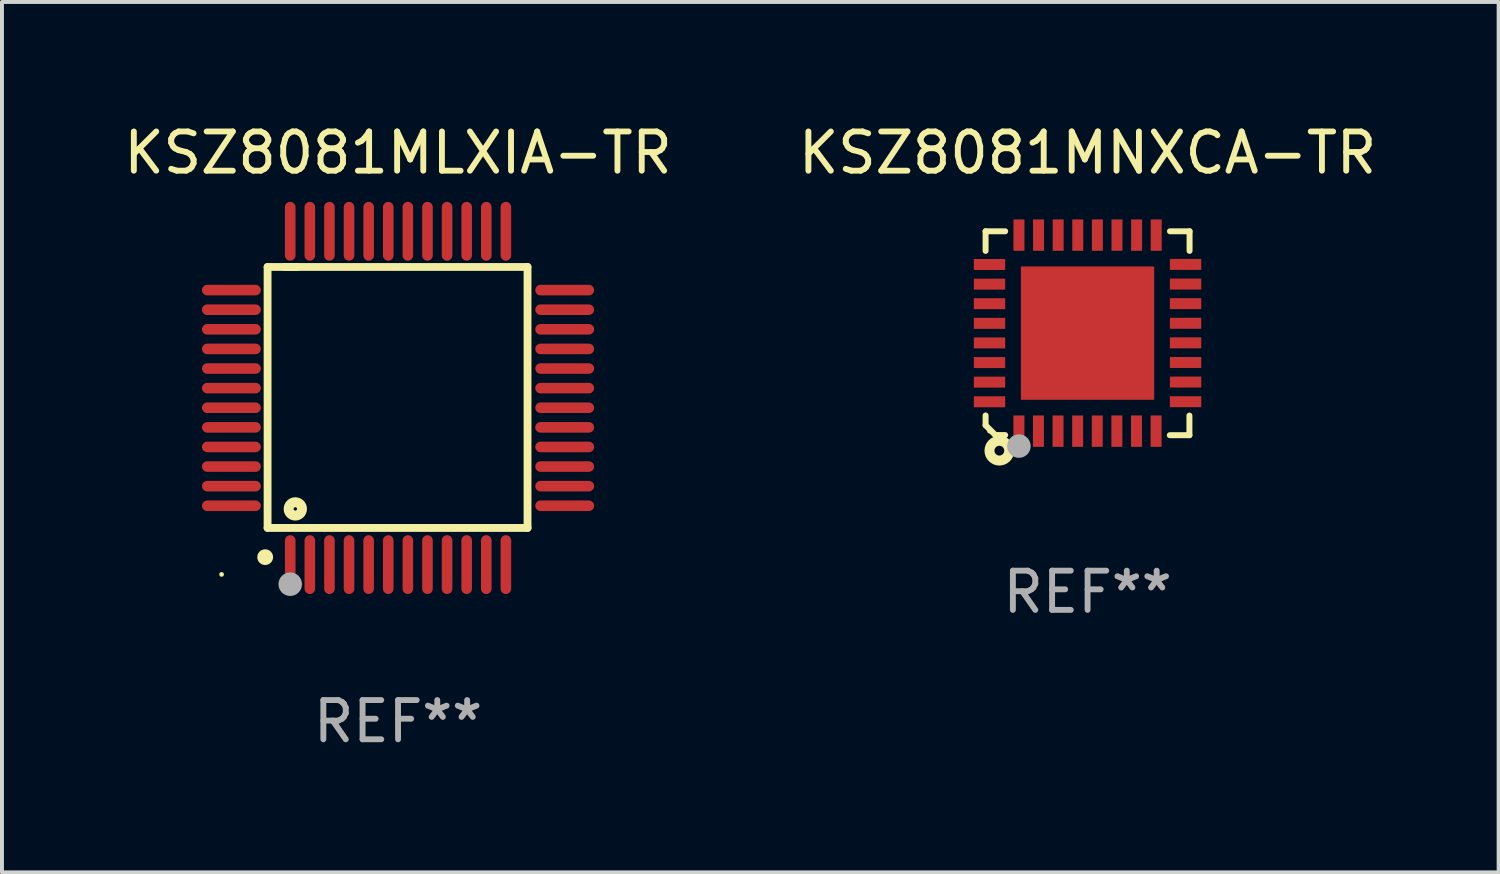
<source format=kicad_pcb>
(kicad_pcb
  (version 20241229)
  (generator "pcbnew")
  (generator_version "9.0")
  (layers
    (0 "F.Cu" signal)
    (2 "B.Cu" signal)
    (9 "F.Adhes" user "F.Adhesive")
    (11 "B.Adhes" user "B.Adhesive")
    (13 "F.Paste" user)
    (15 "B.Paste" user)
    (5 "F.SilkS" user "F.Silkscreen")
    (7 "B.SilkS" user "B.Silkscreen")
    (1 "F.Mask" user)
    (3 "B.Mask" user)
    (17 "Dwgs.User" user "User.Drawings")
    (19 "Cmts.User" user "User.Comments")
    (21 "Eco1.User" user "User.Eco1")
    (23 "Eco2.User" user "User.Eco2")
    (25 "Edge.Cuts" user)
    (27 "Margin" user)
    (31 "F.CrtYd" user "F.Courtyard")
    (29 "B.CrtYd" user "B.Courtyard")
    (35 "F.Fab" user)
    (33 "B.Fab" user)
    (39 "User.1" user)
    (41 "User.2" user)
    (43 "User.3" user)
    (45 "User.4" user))
  (footprint "KSZ8081MLXIA-TR"
    (layer "F.Cu")
    (at 7.101 7.098)
    (property "Reference" "KSZ8081MLXIA-TR" (at 0 -6.25 0) (layer "F.SilkS") (effects (font (size 1 1) (thickness 0.15))))
    (attr through_hole)
    (fp_line (start -3.327 -3.34) (end -2.565 -3.34) (stroke (width 0.2) (type solid)) (layer "F.SilkS"))
    (fp_line (start -3.327 3.315) (end -3.327 -3.34) (stroke (width 0.2) (type solid)) (layer "F.SilkS"))
    (fp_line (start -2.896 -3.34) (end 3.302 -3.34) (stroke (width 0.2) (type solid)) (layer "F.SilkS"))
    (fp_line (start 3.302 -3.34) (end 3.302 3.315) (stroke (width 0.2) (type solid)) (layer "F.SilkS"))
    (fp_line (start 3.302 3.315) (end -3.327 3.315) (stroke (width 0.2) (type solid)) (layer "F.SilkS"))
    (fp_arc (start -3.389992 4.059995) (mid -3.388722 4.059991) (end -3.387452 4.059995) (stroke (width 0.4) (type solid)) (layer "F.SilkS"))
    (fp_circle (center -4.5 4.5) (end -4.47 4.5) (stroke (width 0.06) (type solid)) (fill no) (layer "F.SilkS"))
    (fp_circle (center -2.62 2.83) (end -2.45 2.83) (stroke (width 0.254) (type solid)) (fill no) (layer "F.SilkS"))
    (fp_circle (center -2.75 4.75) (end -2.6 4.75) (stroke (width 0.3) (type solid)) (fill no) (layer "F.Fab"))
    (fp_text user "REF**" (at 0 8.25 0) (layer "F.Fab") (effects (font (size 1 1) (thickness 0.15))))
    (pad "1" smd oval (at -2.75 4.25) (size 0.27 1.5) (layers "F.Cu" "F.Mask" "F.Paste"))
    (pad "2" smd oval (at -2.25 4.25) (size 0.27 1.5) (layers "F.Cu" "F.Mask" "F.Paste"))
    (pad "3" smd oval (at -1.75 4.25) (size 0.27 1.5) (layers "F.Cu" "F.Mask" "F.Paste"))
    (pad "4" smd oval (at -1.25 4.25) (size 0.27 1.5) (layers "F.Cu" "F.Mask" "F.Paste"))
    (pad "5" smd oval (at -0.75 4.25) (size 0.27 1.5) (layers "F.Cu" "F.Mask" "F.Paste"))
    (pad "6" smd oval (at -0.25 4.25) (size 0.27 1.5) (layers "F.Cu" "F.Mask" "F.Paste"))
    (pad "7" smd oval (at 0.25 4.25) (size 0.27 1.5) (layers "F.Cu" "F.Mask" "F.Paste"))
    (pad "8" smd oval (at 0.75 4.25) (size 0.27 1.5) (layers "F.Cu" "F.Mask" "F.Paste"))
    (pad "9" smd oval (at 1.25 4.25) (size 0.27 1.5) (layers "F.Cu" "F.Mask" "F.Paste"))
    (pad "10" smd oval (at 1.75 4.25) (size 0.27 1.5) (layers "F.Cu" "F.Mask" "F.Paste"))
    (pad "11" smd oval (at 2.25 4.25) (size 0.27 1.5) (layers "F.Cu" "F.Mask" "F.Paste"))
    (pad "12" smd oval (at 2.75 4.25) (size 0.27 1.5) (layers "F.Cu" "F.Mask" "F.Paste"))
    (pad "13" smd oval (at 4.25 2.75) (size 1.5 0.27) (layers "F.Cu" "F.Mask" "F.Paste"))
    (pad "14" smd oval (at 4.25 2.25) (size 1.5 0.27) (layers "F.Cu" "F.Mask" "F.Paste"))
    (pad "15" smd oval (at 4.25 1.75) (size 1.5 0.27) (layers "F.Cu" "F.Mask" "F.Paste"))
    (pad "16" smd oval (at 4.25 1.25) (size 1.5 0.27) (layers "F.Cu" "F.Mask" "F.Paste"))
    (pad "17" smd oval (at 4.25 0.75) (size 1.5 0.27) (layers "F.Cu" "F.Mask" "F.Paste"))
    (pad "18" smd oval (at 4.25 0.25) (size 1.5 0.27) (layers "F.Cu" "F.Mask" "F.Paste"))
    (pad "19" smd oval (at 4.25 -0.25) (size 1.5 0.27) (layers "F.Cu" "F.Mask" "F.Paste"))
    (pad "20" smd oval (at 4.25 -0.75) (size 1.5 0.27) (layers "F.Cu" "F.Mask" "F.Paste"))
    (pad "21" smd oval (at 4.25 -1.25) (size 1.5 0.27) (layers "F.Cu" "F.Mask" "F.Paste"))
    (pad "22" smd oval (at 4.25 -1.75) (size 1.5 0.27) (layers "F.Cu" "F.Mask" "F.Paste"))
    (pad "23" smd oval (at 4.25 -2.25) (size 1.5 0.27) (layers "F.Cu" "F.Mask" "F.Paste"))
    (pad "24" smd oval (at 4.25 -2.75) (size 1.5 0.27) (layers "F.Cu" "F.Mask" "F.Paste"))
    (pad "25" smd oval (at 2.75 -4.25) (size 0.27 1.5) (layers "F.Cu" "F.Mask" "F.Paste"))
    (pad "26" smd oval (at 2.25 -4.25) (size 0.27 1.5) (layers "F.Cu" "F.Mask" "F.Paste"))
    (pad "27" smd oval (at 1.75 -4.25) (size 0.27 1.5) (layers "F.Cu" "F.Mask" "F.Paste"))
    (pad "28" smd oval (at 1.25 -4.25) (size 0.27 1.5) (layers "F.Cu" "F.Mask" "F.Paste"))
    (pad "29" smd oval (at 0.75 -4.25) (size 0.27 1.5) (layers "F.Cu" "F.Mask" "F.Paste"))
    (pad "30" smd oval (at 0.25 -4.25) (size 0.27 1.5) (layers "F.Cu" "F.Mask" "F.Paste"))
    (pad "31" smd oval (at -0.25 -4.25) (size 0.27 1.5) (layers "F.Cu" "F.Mask" "F.Paste"))
    (pad "32" smd oval (at -0.75 -4.25) (size 0.27 1.5) (layers "F.Cu" "F.Mask" "F.Paste"))
    (pad "33" smd oval (at -1.25 -4.25) (size 0.27 1.5) (layers "F.Cu" "F.Mask" "F.Paste"))
    (pad "34" smd oval (at -1.75 -4.25) (size 0.27 1.5) (layers "F.Cu" "F.Mask" "F.Paste"))
    (pad "35" smd oval (at -2.25 -4.25) (size 0.27 1.5) (layers "F.Cu" "F.Mask" "F.Paste"))
    (pad "36" smd oval (at -2.75 -4.25) (size 0.27 1.5) (layers "F.Cu" "F.Mask" "F.Paste"))
    (pad "37" smd oval (at -4.25 -2.75) (size 1.5 0.27) (layers "F.Cu" "F.Mask" "F.Paste"))
    (pad "38" smd oval (at -4.25 -2.25) (size 1.5 0.27) (layers "F.Cu" "F.Mask" "F.Paste"))
    (pad "39" smd oval (at -4.25 -1.75) (size 1.5 0.27) (layers "F.Cu" "F.Mask" "F.Paste"))
    (pad "40" smd oval (at -4.25 -1.25) (size 1.5 0.27) (layers "F.Cu" "F.Mask" "F.Paste"))
    (pad "41" smd oval (at -4.25 -0.75) (size 1.5 0.27) (layers "F.Cu" "F.Mask" "F.Paste"))
    (pad "42" smd oval (at -4.25 -0.25) (size 1.5 0.27) (layers "F.Cu" "F.Mask" "F.Paste"))
    (pad "43" smd oval (at -4.25 0.25) (size 1.5 0.27) (layers "F.Cu" "F.Mask" "F.Paste"))
    (pad "44" smd oval (at -4.25 0.75) (size 1.5 0.27) (layers "F.Cu" "F.Mask" "F.Paste"))
    (pad "45" smd oval (at -4.25 1.25) (size 1.5 0.27) (layers "F.Cu" "F.Mask" "F.Paste"))
    (pad "46" smd oval (at -4.25 1.75) (size 1.5 0.27) (layers "F.Cu" "F.Mask" "F.Paste"))
    (pad "47" smd oval (at -4.25 2.25) (size 1.5 0.27) (layers "F.Cu" "F.Mask" "F.Paste"))
    (pad "48" smd oval (at -4.25 2.75) (size 1.5 0.27) (layers "F.Cu" "F.Mask" "F.Paste")))
  (footprint "KSZ8081MNXCA-TR"
    (layer "F.Cu")
    (at 24.685 5.448)
    (property "Reference" "KSZ8081MNXCA-TR" (at 0 -4.6 0) (layer "F.SilkS") (effects (font (size 1 1) (thickness 0.15))))
    (attr through_hole)
    (fp_line (start -2.601 2.097) (end -2.601 2.347) (stroke (width 0.152) (type solid)) (layer "F.SilkS"))
    (fp_line (start -2.601 2.347) (end -2.351 2.597) (stroke (width 0.152) (type solid)) (layer "F.SilkS"))
    (fp_line (start -2.601 -2.6) (end -2.601 -2.1) (stroke (width 0.152) (type solid)) (layer "F.SilkS"))
    (fp_line (start -2.601 -2.6) (end -2.101 -2.6) (stroke (width 0.152) (type solid)) (layer "F.SilkS"))
    (fp_line (start -2.351 2.597) (end -2.101 2.597) (stroke (width 0.152) (type solid)) (layer "F.SilkS"))
    (fp_line (start 2.597 2.6) (end 2.097 2.6) (stroke (width 0.152) (type solid)) (layer "F.SilkS"))
    (fp_line (start 2.597 2.6) (end 2.597 2.1) (stroke (width 0.152) (type solid)) (layer "F.SilkS"))
    (fp_line (start 2.601 -2.6) (end 2.101 -2.6) (stroke (width 0.152) (type solid)) (layer "F.SilkS"))
    (fp_line (start 2.601 -2.6) (end 2.601 -2.1) (stroke (width 0.152) (type solid)) (layer "F.SilkS"))
    (fp_circle (center -2.501 2.497) (end -2.471 2.497) (stroke (width 0.06) (type solid)) (fill no) (layer "F.SilkS"))
    (fp_circle (center -2.25 2.995) (end -2.125 2.995) (stroke (width 0.254) (type solid)) (fill no) (layer "F.SilkS"))
    (fp_circle (center -1.751 2.878) (end -1.601 2.878) (stroke (width 0.3) (type solid)) (fill no) (layer "F.Fab"))
    (fp_text user "REF**" (at 0 6.6 0) (layer "F.Fab") (effects (font (size 1 1) (thickness 0.15))))
    (pad "1" smd rect (at -1.751 2.497) (size 0.28 0.8) (layers "F.Cu" "F.Mask" "F.Paste"))
    (pad "2" smd rect (at -1.253 2.497) (size 0.28 0.8) (layers "F.Cu" "F.Mask" "F.Paste"))
    (pad "3" smd rect (at -0.753 2.497) (size 0.28 0.8) (layers "F.Cu" "F.Mask" "F.Paste"))
    (pad "4" smd rect (at -0.253 2.497) (size 0.28 0.8) (layers "F.Cu" "F.Mask" "F.Paste"))
    (pad "5" smd rect (at 0.247 2.497) (size 0.28 0.8) (layers "F.Cu" "F.Mask" "F.Paste"))
    (pad "6" smd rect (at 0.747 2.497) (size 0.28 0.8) (layers "F.Cu" "F.Mask" "F.Paste"))
    (pad "7" smd rect (at 1.247 2.497) (size 0.28 0.8) (layers "F.Cu" "F.Mask" "F.Paste"))
    (pad "8" smd rect (at 1.747 2.497) (size 0.28 0.8) (layers "F.Cu" "F.Mask" "F.Paste"))
    (pad "9" smd rect (at 2.499 1.746) (size 0.8 0.28) (layers "F.Cu" "F.Mask" "F.Paste"))
    (pad "10" smd rect (at 2.499 1.245) (size 0.8 0.28) (layers "F.Cu" "F.Mask" "F.Paste"))
    (pad "11" smd rect (at 2.499 0.746) (size 0.8 0.28) (layers "F.Cu" "F.Mask" "F.Paste"))
    (pad "12" smd rect (at 2.499 0.245) (size 0.8 0.28) (layers "F.Cu" "F.Mask" "F.Paste"))
    (pad "13" smd rect (at 2.499 -0.254) (size 0.8 0.28) (layers "F.Cu" "F.Mask" "F.Paste"))
    (pad "14" smd rect (at 2.499 -0.755) (size 0.8 0.28) (layers "F.Cu" "F.Mask" "F.Paste"))
    (pad "15" smd rect (at 2.499 -1.254) (size 0.8 0.28) (layers "F.Cu" "F.Mask" "F.Paste"))
    (pad "16" smd rect (at 2.499 -1.755) (size 0.8 0.28) (layers "F.Cu" "F.Mask" "F.Paste"))
    (pad "17" smd rect (at 1.75 -2.502) (size 0.28 0.8) (layers "F.Cu" "F.Mask" "F.Paste"))
    (pad "18" smd rect (at 1.25 -2.502) (size 0.28 0.8) (layers "F.Cu" "F.Mask" "F.Paste"))
    (pad "19" smd rect (at 0.75 -2.502) (size 0.28 0.8) (layers "F.Cu" "F.Mask" "F.Paste"))
    (pad "20" smd rect (at 0.25 -2.502) (size 0.28 0.8) (layers "F.Cu" "F.Mask" "F.Paste"))
    (pad "21" smd rect (at -0.25 -2.502) (size 0.28 0.8) (layers "F.Cu" "F.Mask" "F.Paste"))
    (pad "22" smd rect (at -0.75 -2.502) (size 0.28 0.8) (layers "F.Cu" "F.Mask" "F.Paste"))
    (pad "23" smd rect (at -1.25 -2.502) (size 0.28 0.8) (layers "F.Cu" "F.Mask" "F.Paste"))
    (pad "24" smd rect (at -1.75 -2.502) (size 0.28 0.8) (layers "F.Cu" "F.Mask" "F.Paste"))
    (pad "25" smd rect (at -2.501 -1.753) (size 0.8 0.28) (layers "F.Cu" "F.Mask" "F.Paste"))
    (pad "26" smd rect (at -2.501 -1.252) (size 0.8 0.28) (layers "F.Cu" "F.Mask" "F.Paste"))
    (pad "27" smd rect (at -2.501 -0.753) (size 0.8 0.28) (layers "F.Cu" "F.Mask" "F.Paste"))
    (pad "28" smd rect (at -2.501 -0.252) (size 0.8 0.28) (layers "F.Cu" "F.Mask" "F.Paste"))
    (pad "29" smd rect (at -2.501 0.247) (size 0.8 0.28) (layers "F.Cu" "F.Mask" "F.Paste"))
    (pad "30" smd rect (at -2.501 0.748) (size 0.8 0.28) (layers "F.Cu" "F.Mask" "F.Paste"))
    (pad "31" smd rect (at -2.501 1.247) (size 0.8 0.28) (layers "F.Cu" "F.Mask" "F.Paste"))
    (pad "32" smd rect (at -2.501 1.748) (size 0.8 0.28) (layers "F.Cu" "F.Mask" "F.Paste"))
    (pad "33" smd rect (at -0.001 -0.003 180) (size 3.4 3.4) (layers "F.Cu" "F.Mask" "F.Paste")))
  (gr_rect
    (start -3 -3)
    (end 35.167 19.196)
    (stroke (width 0.1) (type default))
    (fill no)
    (layer "Edge.Cuts")))
</source>
